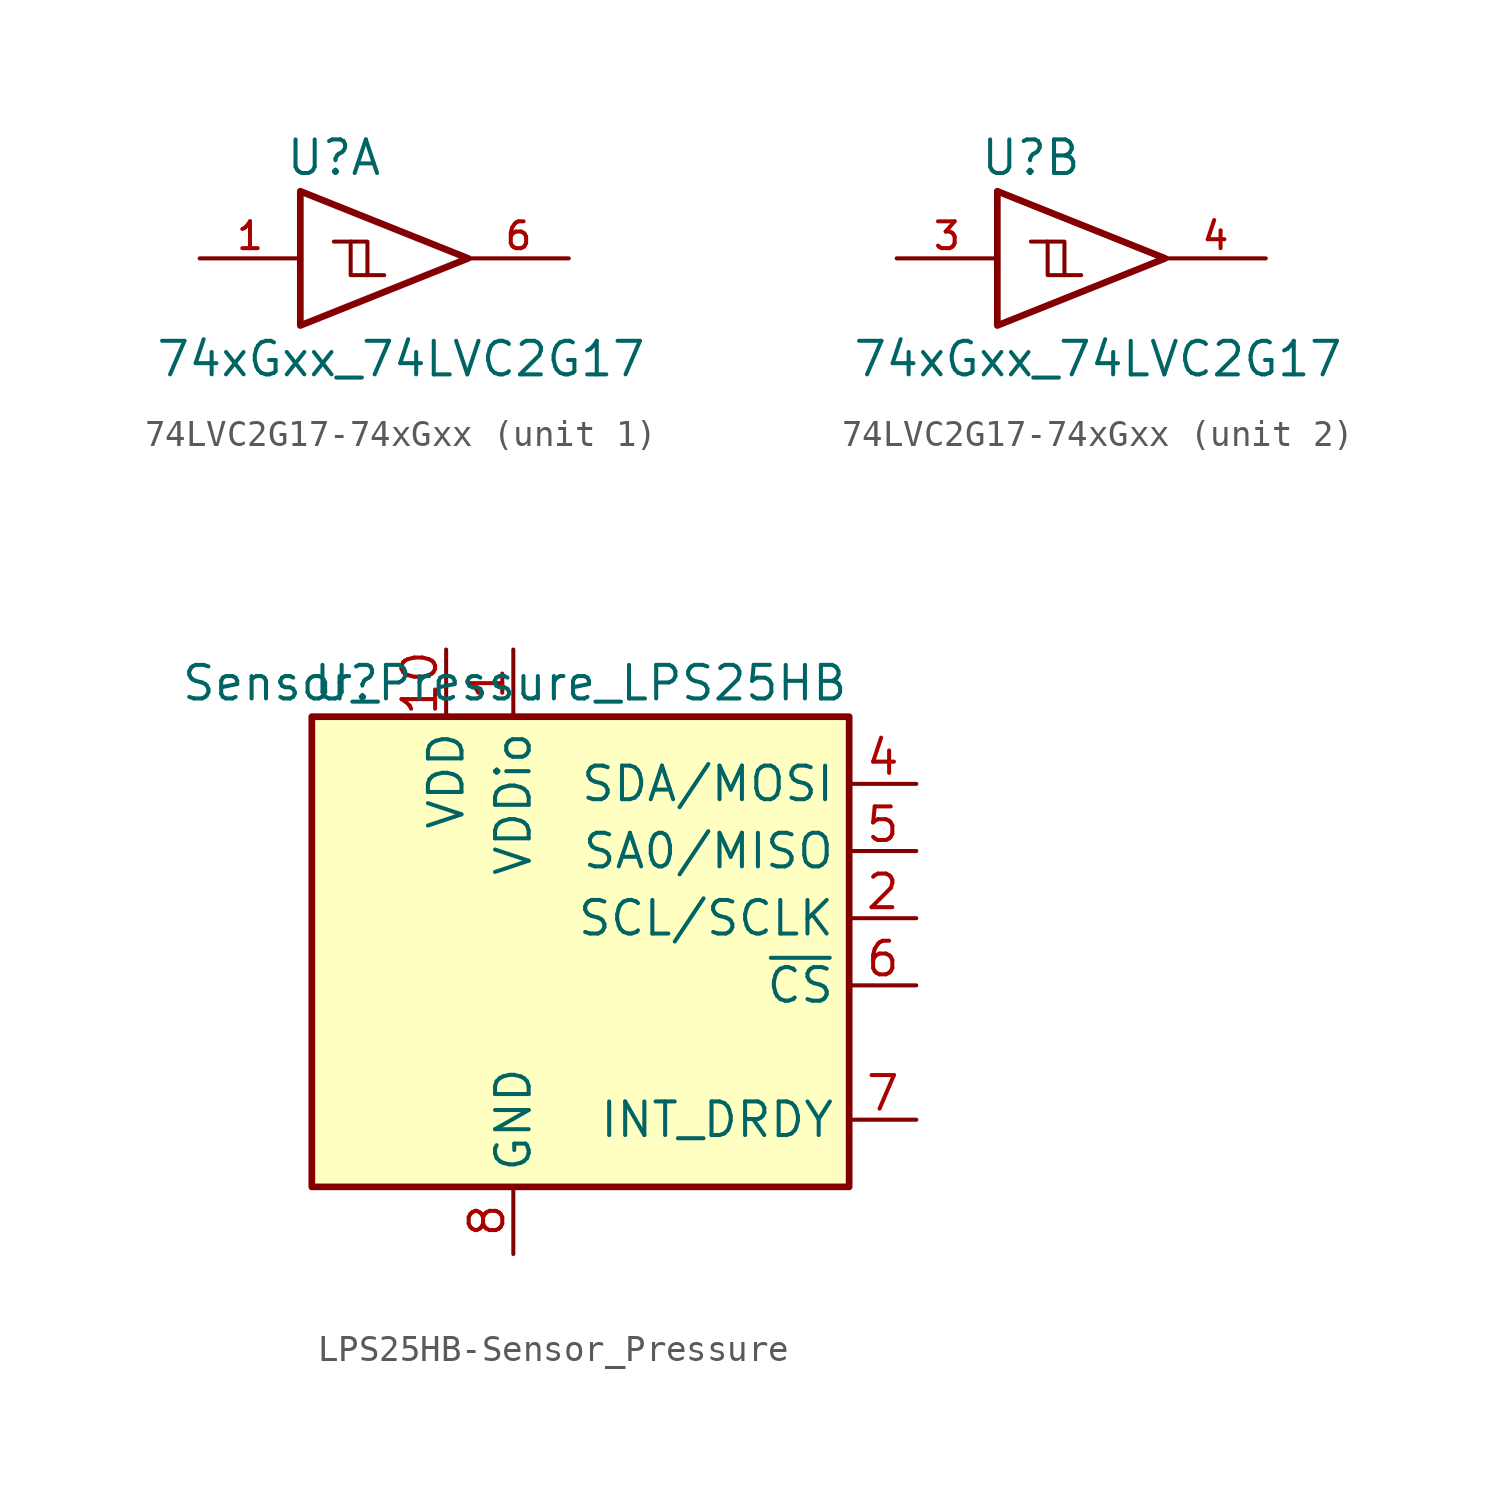
<source format=kicad_sym>
(kicad_symbol_lib
  (version 20220914)
  (generator kicad_symbol_editor)
  (symbol "74LVC2G17-74xGxx"
    (pin_names
      (offset 1.016))
    (property "Reference" "U"
      (at -2.54 3.81 0)
      (effects (font (size 1.27 1.27))))
    (property "Value" "74xGxx_74LVC2G17"
      (at 0 -3.81 0)
      (effects (font (size 1.27 1.27))))
    (symbol "74LVC2G17-74xGxx_0_1"
      (polyline (pts (xy -1.905 0.635) (xy -1.27 0.635) (xy -1.27 -0.635)) (stroke (width 0) (type solid)) (fill (type none)))
      (polyline (pts (xy -3.81 2.54) (xy -3.81 -2.54) (xy 2.54 0) (xy -3.81 2.54)) (stroke (width 0.254) (type solid)) (fill (type none)))
      (polyline (pts (xy -2.54 0.635) (xy -1.905 0.635) (xy -1.905 -0.635) (xy -0.635 -0.635)) (stroke (width 0) (type solid)) (fill (type none)))
      (pin power_in line (at 0 -2.54 270) (length 0) hide (name "GND" (effects (font (size 1.016 1.016)))) (number "2" (effects (font (size 1.016 1.016)))))
      (pin power_in line (at 0 2.54 90) (length 0) hide (name "VCC" (effects (font (size 1.016 1.016)))) (number "5" (effects (font (size 1.016 1.016))))))
    (symbol "74LVC2G17-74xGxx_1_1"
      (pin input line (at -7.62 0 0) (length 3.81) (name "~" (effects (font (size 1.016 1.016)))) (number "1" (effects (font (size 1.016 1.016)))))
      (pin output line (at 6.35 0 180) (length 3.81) (name "~" (effects (font (size 1.016 1.016)))) (number "6" (effects (font (size 1.016 1.016))))))
    (symbol "74LVC2G17-74xGxx_2_1"
      (pin input line (at -7.62 0 0) (length 3.81) (name "~" (effects (font (size 1.016 1.016)))) (number "3" (effects (font (size 1.016 1.016)))))
      (pin output line (at 6.35 0 180) (length 3.81) (name "~" (effects (font (size 1.016 1.016)))) (number "4" (effects (font (size 1.016 1.016)))))))
  (symbol "LPS25HB-Sensor_Pressure"
    (property "Reference" "U"
      (at -10.16 8.89 0)
      (effects (font (size 1.27 1.27)) (justify left)))
    (property "Value" "Sensor_Pressure_LPS25HB"
      (at 10.16 8.89 0)
      (effects (font (size 1.27 1.27)) (justify right)))
    (symbol "LPS25HB-Sensor_Pressure_0_1"
      (rectangle (start -10.16 7.62) (end 10.16 -10.16) (stroke (width 0.254) (type solid)) (fill (type background))))
    (symbol "LPS25HB-Sensor_Pressure_1_1"
      (pin power_in line (at -2.54 10.16 270) (length 2.54) (name "VDDio" (effects (font (size 1.27 1.27)))) (number "1" (effects (font (size 1.27 1.27)))))
      (pin power_in line (at -5.08 10.16 270) (length 2.54) (name "VDD" (effects (font (size 1.27 1.27)))) (number "10" (effects (font (size 1.27 1.27)))))
      (pin input line (at 12.7 0 180) (length 2.54) (name "SCL/SCLK" (effects (font (size 1.27 1.27)))) (number "2" (effects (font (size 1.27 1.27)))))
      (pin passive line (at -2.54 -12.7 90) (length 2.54) hide (name "GND" (effects (font (size 1.27 1.27)))) (number "3" (effects (font (size 1.27 1.27)))))
      (pin bidirectional line (at 12.7 5.08 180) (length 2.54) (name "SDA/MOSI" (effects (font (size 1.27 1.27)))) (number "4" (effects (font (size 1.27 1.27)))))
      (pin bidirectional line (at 12.7 2.54 180) (length 2.54) (name "SA0/MISO" (effects (font (size 1.27 1.27)))) (number "5" (effects (font (size 1.27 1.27)))))
      (pin input line (at 12.7 -2.54 180) (length 2.54) (name "~{CS}" (effects (font (size 1.27 1.27)))) (number "6" (effects (font (size 1.27 1.27)))))
      (pin output line (at 12.7 -7.62 180) (length 2.54) (name "INT_DRDY" (effects (font (size 1.27 1.27)))) (number "7" (effects (font (size 1.27 1.27)))))
      (pin power_in line (at -2.54 -12.7 90) (length 2.54) (name "GND" (effects (font (size 1.27 1.27)))) (number "8" (effects (font (size 1.27 1.27)))))
      (pin passive line (at -2.54 -12.7 90) (length 2.54) hide (name "GND" (effects (font (size 1.27 1.27)))) (number "9" (effects (font (size 1.27 1.27))))))))
</source>
